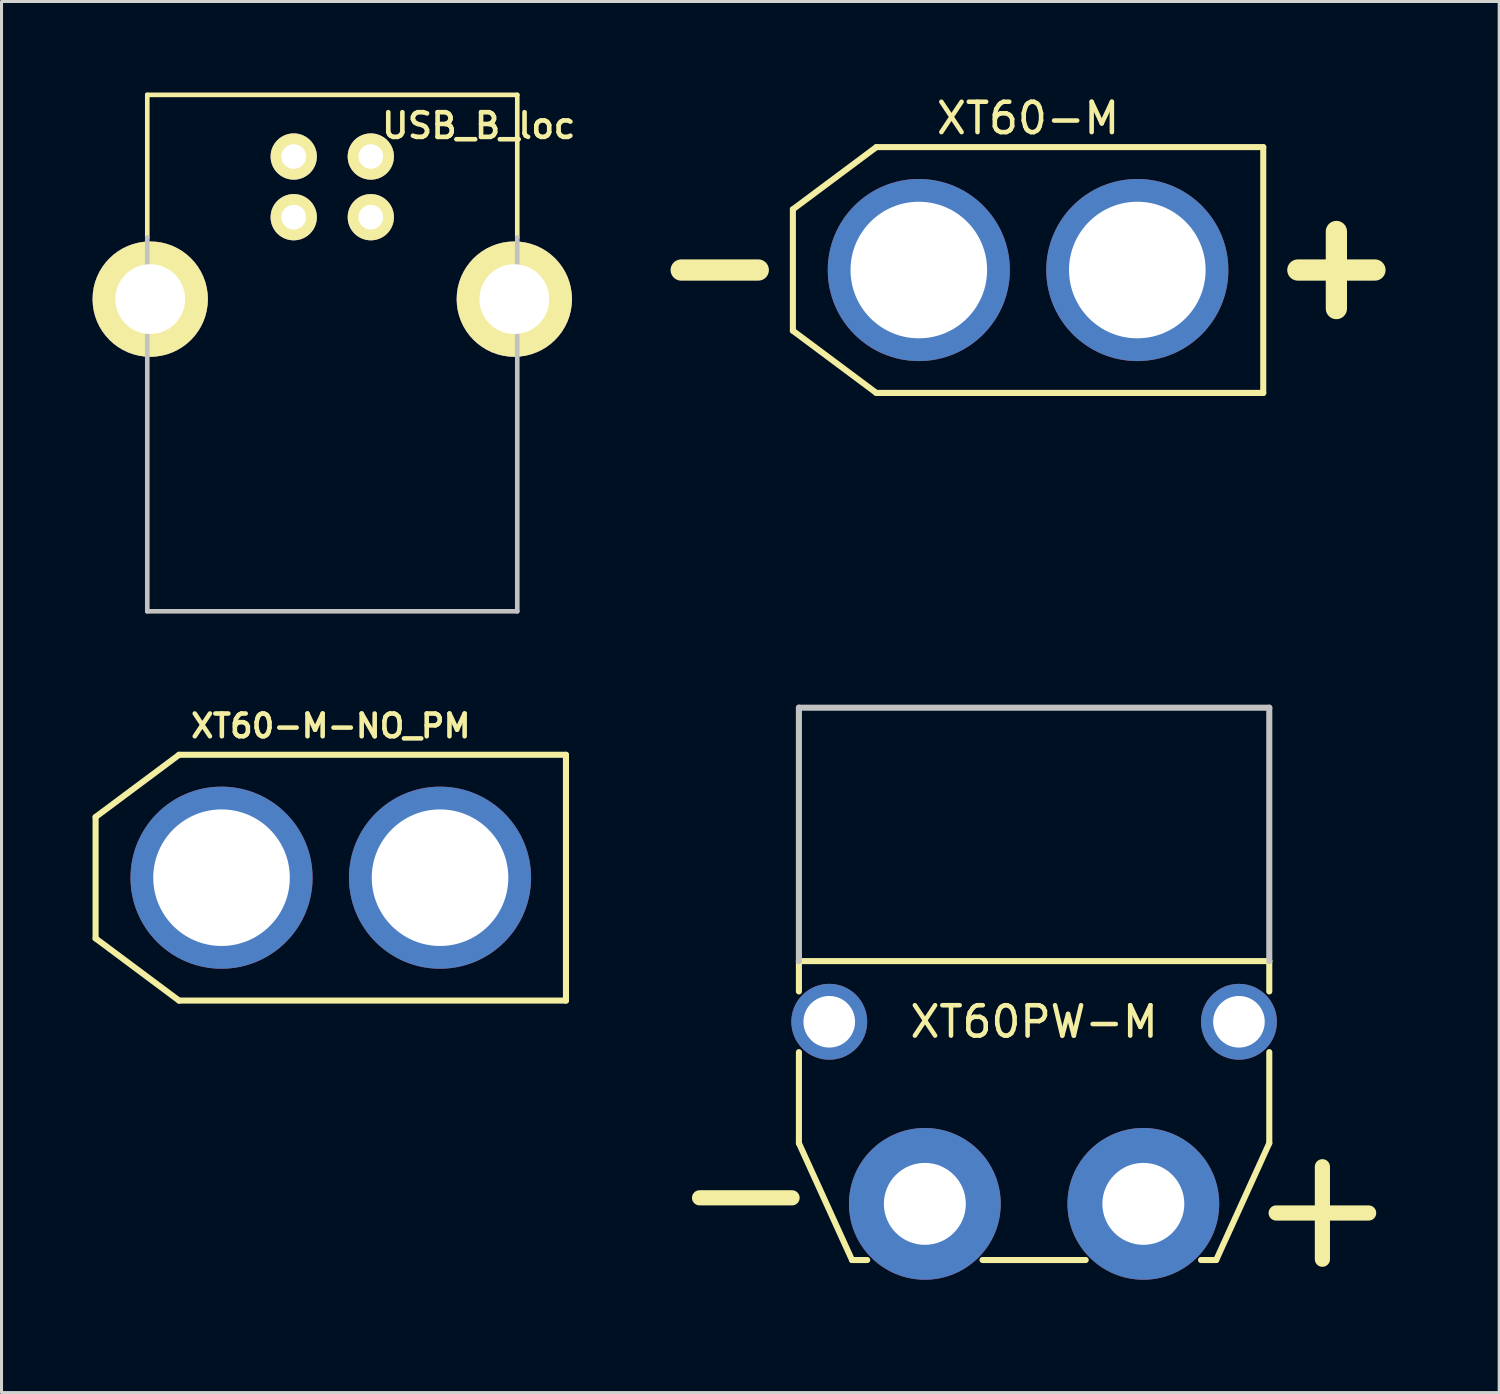
<source format=kicad_pcb>
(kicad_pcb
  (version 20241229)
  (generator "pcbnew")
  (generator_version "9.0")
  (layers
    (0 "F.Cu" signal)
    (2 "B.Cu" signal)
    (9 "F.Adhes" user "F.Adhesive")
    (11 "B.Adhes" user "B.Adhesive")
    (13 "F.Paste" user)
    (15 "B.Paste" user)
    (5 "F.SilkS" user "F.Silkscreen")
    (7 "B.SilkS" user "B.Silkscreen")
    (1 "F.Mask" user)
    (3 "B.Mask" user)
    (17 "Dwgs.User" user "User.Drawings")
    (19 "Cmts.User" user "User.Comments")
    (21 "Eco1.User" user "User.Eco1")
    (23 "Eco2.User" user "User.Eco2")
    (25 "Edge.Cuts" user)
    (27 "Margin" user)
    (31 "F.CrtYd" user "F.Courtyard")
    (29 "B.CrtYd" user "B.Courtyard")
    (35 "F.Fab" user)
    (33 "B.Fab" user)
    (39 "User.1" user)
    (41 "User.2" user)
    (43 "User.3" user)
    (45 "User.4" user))
  (footprint "XT60PW-M"
    (layer "F.Cu")
    (at 31.026 30.62)
    (property "Reference" "XT60PW-M" (at 0 0 0) (layer "F.SilkS") (effects (font (size 1 1) (thickness 0.15))))
    (attr through_hole)
    (fp_line (start -7.75 -2) (end -7.75 -1) (stroke (width 0.2) (type solid)) (layer "F.SilkS"))
    (fp_line (start -7.75 -2) (end 7.75 -2) (stroke (width 0.2) (type solid)) (layer "F.SilkS"))
    (fp_line (start -7.75 1) (end -7.75 4) (stroke (width 0.2) (type solid)) (layer "F.SilkS"))
    (fp_line (start -7.75 4) (end -6 7.85) (stroke (width 0.2) (type solid)) (layer "F.SilkS"))
    (fp_line (start -6 7.85) (end -5.5 7.85) (stroke (width 0.2) (type solid)) (layer "F.SilkS"))
    (fp_line (start -1.7 7.85) (end 1.7 7.85) (stroke (width 0.2) (type solid)) (layer "F.SilkS"))
    (fp_line (start 5.5 7.85) (end 6 7.85) (stroke (width 0.2) (type solid)) (layer "F.SilkS"))
    (fp_line (start 6 7.85) (end 7.75 4) (stroke (width 0.2) (type solid)) (layer "F.SilkS"))
    (fp_line (start 7.75 -2) (end 7.75 -1) (stroke (width 0.2) (type solid)) (layer "F.SilkS"))
    (fp_line (start 7.75 1) (end 7.75 4) (stroke (width 0.2) (type solid)) (layer "F.SilkS"))
    (fp_line (start -7.75 -10.35) (end 7.75 -10.35) (stroke (width 0.2) (type solid)) (layer "Dwgs.User"))
    (fp_line (start -7.75 -2) (end -7.75 -10.35) (stroke (width 0.2) (type solid)) (layer "Dwgs.User"))
    (fp_line (start 7.75 -2) (end 7.75 -10.35) (stroke (width 0.2) (type solid)) (layer "Dwgs.User"))
    (fp_text user "+" (at 9.5 6 0) (layer "F.SilkS") (effects (font (size 4 4) (thickness 0.5))))
    (fp_text user "-" (at -9.5 5.5 0) (layer "F.SilkS") (effects (font (size 4 4) (thickness 0.5))))
    (pad "" thru_hole circle (at -6.75 0) (size 2.5 2.5) (drill 1.7) (layers "*.Cu" "*.Mask"))
    (pad "" thru_hole circle (at 6.75 0) (size 2.5 2.5) (drill 1.7) (layers "*.Cu" "*.Mask"))
    (pad "1" thru_hole circle (at 3.6 6) (size 5 5) (drill 2.7) (layers "*.Cu" "*.Mask"))
    (pad "2" thru_hole circle (at -3.6 6) (size 5 5) (drill 2.7) (layers "*.Cu" "*.Mask")))
  (footprint "XT60-M-NO_PM"
    (layer "F.Cu")
    (at 7.85 25.872)
    (property "Reference" "XT60-M-NO_PM" (at 0 -5 0) (layer "F.SilkS") (effects (font (size 0.75 0.75) (thickness 0.15))))
    (attr through_hole)
    (fp_line (start -7.75 -2) (end -7.75 2) (stroke (width 0.2) (type solid)) (layer "F.SilkS"))
    (fp_line (start -7.75 2) (end -5 4.05) (stroke (width 0.2) (type solid)) (layer "F.SilkS"))
    (fp_line (start -5 -4.05) (end -7.75 -2) (stroke (width 0.2) (type solid)) (layer "F.SilkS"))
    (fp_line (start -5 -4.05) (end 7.75 -4.05) (stroke (width 0.2) (type solid)) (layer "F.SilkS"))
    (fp_line (start -5 4.05) (end 7.75 4.05) (stroke (width 0.2) (type solid)) (layer "F.SilkS"))
    (fp_line (start 7.75 -4.05) (end 7.75 4.05) (stroke (width 0.2) (type solid)) (layer "F.SilkS"))
    (pad "1" thru_hole circle (at 3.6 0) (size 6 6) (drill 4.5) (layers "*.Cu" "*.Mask"))
    (pad "2" thru_hole circle (at -3.6 0) (size 6 6) (drill 4.5) (layers "*.Cu" "*.Mask")))
  (footprint "XT60-M"
    (layer "F.Cu")
    (at 30.827 5.848)
    (property "Reference" "XT60-M" (at 0 -5 0) (layer "F.SilkS") (effects (font (size 1 1) (thickness 0.15))))
    (attr through_hole)
    (fp_line (start -8.89 0) (end -11.43 0) (stroke (width 0.7) (type solid)) (layer "F.SilkS"))
    (fp_line (start -7.75 -2) (end -7.75 2) (stroke (width 0.2) (type solid)) (layer "F.SilkS"))
    (fp_line (start -7.75 2) (end -5 4.05) (stroke (width 0.2) (type solid)) (layer "F.SilkS"))
    (fp_line (start -5 -4.05) (end -7.75 -2) (stroke (width 0.2) (type solid)) (layer "F.SilkS"))
    (fp_line (start -5 -4.05) (end 7.75 -4.05) (stroke (width 0.2) (type solid)) (layer "F.SilkS"))
    (fp_line (start -5 4.05) (end 7.75 4.05) (stroke (width 0.2) (type solid)) (layer "F.SilkS"))
    (fp_line (start 7.75 -4.05) (end 7.75 4.05) (stroke (width 0.2) (type solid)) (layer "F.SilkS"))
    (fp_line (start 8.89 0) (end 11.43 0) (stroke (width 0.7) (type solid)) (layer "F.SilkS"))
    (fp_line (start 10.16 1.27) (end 10.16 -1.27) (stroke (width 0.7) (type solid)) (layer "F.SilkS"))
    (pad "1" thru_hole circle (at 3.6 0) (size 6 6) (drill 4.5) (layers "*.Cu" "*.Mask"))
    (pad "2" thru_hole circle (at -3.6 0) (size 6 6) (drill 4.5) (layers "*.Cu" "*.Mask")))
  (footprint "USB_B_loc"
    (layer "F.Cu")
    (at 7.899 6.807)
    (property "Reference" "USB_B_loc" (at 4.826 -5.715 0) (layer "F.SilkS") (effects (font (size 0.813 0.813) (thickness 0.152))))
    (attr through_hole)
    (fp_line (start -6.096 -6.731) (end -6.096 -2.032) (stroke (width 0.152) (type solid)) (layer "F.SilkS"))
    (fp_line (start 6.096 -6.731) (end -6.096 -6.731) (stroke (width 0.152) (type solid)) (layer "F.SilkS"))
    (fp_line (start 6.096 -6.731) (end 6.096 -2.032) (stroke (width 0.152) (type solid)) (layer "F.SilkS"))
    (fp_line (start -6.096 10.287) (end -6.096 -2.032) (stroke (width 0.152) (type solid)) (layer "Dwgs.User"))
    (fp_line (start -6.096 10.287) (end 6.096 10.287) (stroke (width 0.152) (type solid)) (layer "Dwgs.User"))
    (fp_line (start 6.096 10.287) (end 6.096 -2.032) (stroke (width 0.152) (type solid)) (layer "Dwgs.User"))
    (pad "1" thru_hole circle (at 1.27 -4.699) (size 1.524 1.524) (drill 0.813) (layers "*.Cu" "*.Mask" "F.SilkS"))
    (pad "2" thru_hole circle (at -1.27 -4.699) (size 1.524 1.524) (drill 0.813) (layers "*.Cu" "*.Mask" "F.SilkS"))
    (pad "3" thru_hole circle (at -1.27 -2.7) (size 1.524 1.524) (drill 0.813) (layers "*.Cu" "*.Mask" "F.SilkS"))
    (pad "4" thru_hole circle (at 1.27 -2.7) (size 1.524 1.524) (drill 0.813) (layers "*.Cu" "*.Mask" "F.SilkS"))
    (pad "5" thru_hole circle (at -5.999 0) (size 3.8 3.8) (drill 2.3) (layers "*.Cu" "*.Mask" "F.SilkS"))
    (pad "5" thru_hole circle (at 5.999 0) (size 3.8 3.8) (drill 2.3) (layers "*.Cu" "*.Mask" "F.SilkS")))
  (gr_rect
    (start -3 -3)
    (end 46.352 42.838)
    (stroke (width 0.1) (type default))
    (fill no)
    (layer "Edge.Cuts")))
</source>
